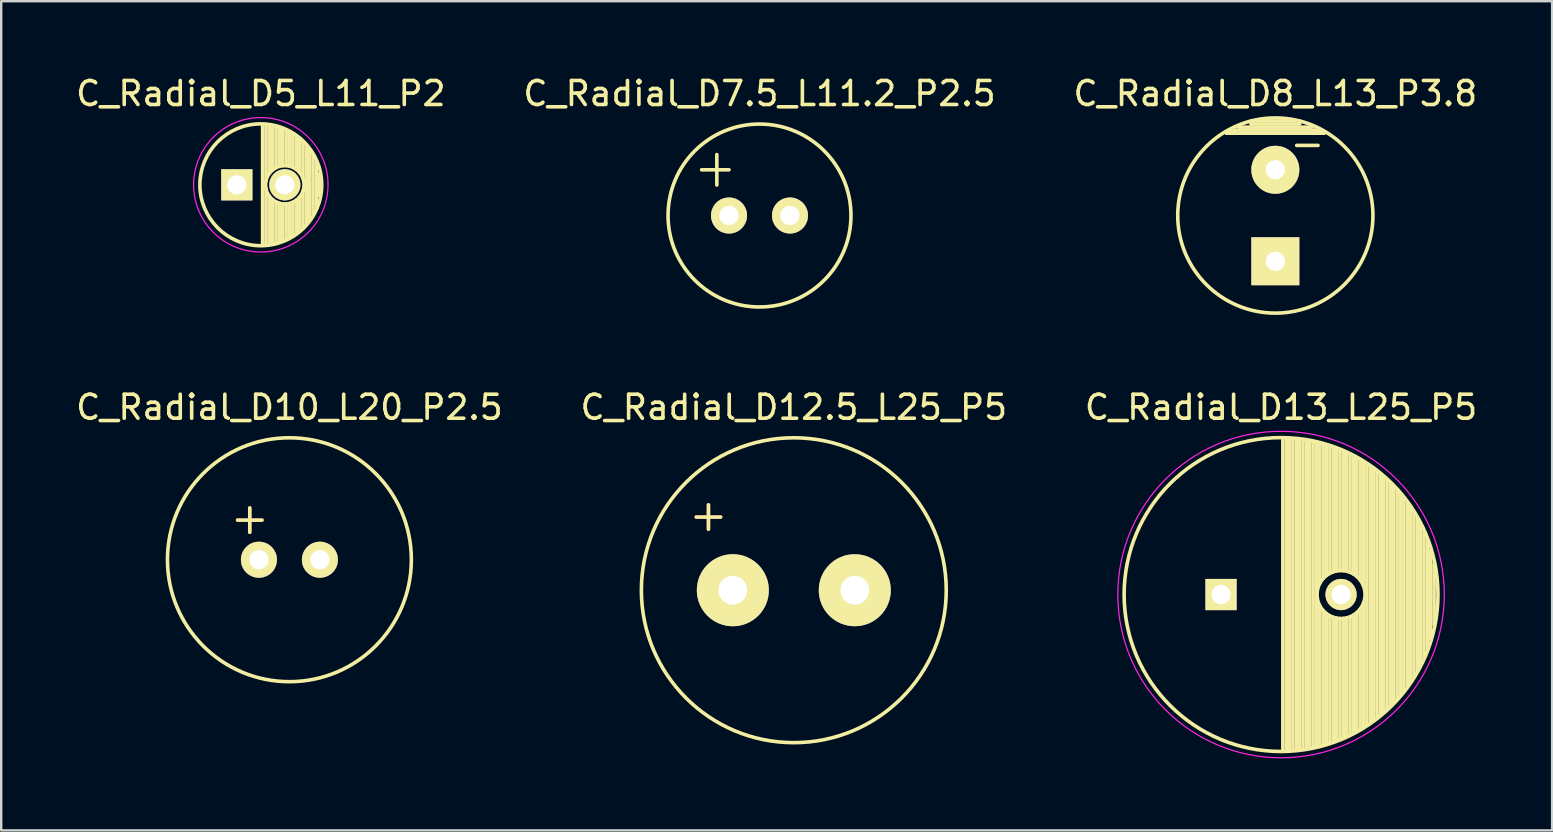
<source format=kicad_pcb>
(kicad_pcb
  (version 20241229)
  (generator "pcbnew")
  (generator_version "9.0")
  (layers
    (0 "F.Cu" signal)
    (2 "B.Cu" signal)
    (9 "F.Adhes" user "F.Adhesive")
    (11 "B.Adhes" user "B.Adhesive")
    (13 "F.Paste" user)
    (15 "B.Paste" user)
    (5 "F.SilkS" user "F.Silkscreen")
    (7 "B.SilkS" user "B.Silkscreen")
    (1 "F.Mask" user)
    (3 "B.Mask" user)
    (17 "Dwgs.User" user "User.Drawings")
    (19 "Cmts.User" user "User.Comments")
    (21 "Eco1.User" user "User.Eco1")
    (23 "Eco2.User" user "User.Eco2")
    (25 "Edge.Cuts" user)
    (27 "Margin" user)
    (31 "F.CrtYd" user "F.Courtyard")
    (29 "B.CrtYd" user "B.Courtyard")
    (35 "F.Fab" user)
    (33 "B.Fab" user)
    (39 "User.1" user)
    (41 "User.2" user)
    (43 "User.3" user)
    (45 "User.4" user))
  (footprint "C_Radial_D8_L13_P3.8"
    (layer "F.Cu")
    (at 50.077 5.928)
    (property "Reference" "C_Radial_D8_L13_P3.8" (at 0 -5.08 0) (layer "F.SilkS") (effects (font (size 1 1) (thickness 0.15))))
    (attr through_hole)
    (fp_line (start -2.032 -3.429) (end -1.651 -3.556) (stroke (width 0.15) (type solid)) (layer "F.SilkS"))
    (fp_line (start -1.651 -3.556) (end 1.651 -3.556) (stroke (width 0.15) (type solid)) (layer "F.SilkS"))
    (fp_line (start -1.524 -3.683) (end 1.524 -3.683) (stroke (width 0.15) (type solid)) (layer "F.SilkS"))
    (fp_line (start -1.016 -3.81) (end 1.016 -3.81) (stroke (width 0.15) (type solid)) (layer "F.SilkS"))
    (fp_line (start 0.889 -2.921) (end 1.778 -2.921) (stroke (width 0.15) (type solid)) (layer "F.SilkS"))
    (fp_line (start 1.016 -3.937) (end -1.016 -3.937) (stroke (width 0.15) (type solid)) (layer "F.SilkS"))
    (fp_line (start 1.651 -3.556) (end 2.032 -3.429) (stroke (width 0.15) (type solid)) (layer "F.SilkS"))
    (fp_line (start 2.032 -3.429) (end -2.032 -3.429) (stroke (width 0.15) (type solid)) (layer "F.SilkS"))
    (fp_circle (center 0 0) (end -4.064 0.127) (stroke (width 0.15) (type solid)) (fill no) (layer "F.SilkS"))
    (pad "1" thru_hole rect (at 0 1.905) (size 1.999 1.999) (drill 0.8) (layers "*.Cu" "*.Mask" "F.SilkS"))
    (pad "2" thru_hole circle (at 0 -1.905) (size 1.999 1.999) (drill 0.8) (layers "*.Cu" "*.Mask" "F.SilkS")))
  (footprint "C_Radial_D10_L20_P2.5"
    (layer "F.Cu")
    (at 7.736 20.267)
    (property "Reference" "C_Radial_D10_L20_P2.5" (at 1.27 -6.35 0) (layer "F.SilkS") (effects (font (size 1 1) (thickness 0.15))))
    (attr through_hole)
    (fp_line (start -0.889 -1.651) (end 0.127 -1.651) (stroke (width 0.15) (type solid)) (layer "F.Cu"))
    (fp_line (start -0.381 -2.159) (end -0.381 -1.143) (stroke (width 0.15) (type solid)) (layer "F.Cu"))
    (fp_line (start -0.889 -1.651) (end 0.127 -1.651) (stroke (width 0.15) (type solid)) (layer "F.SilkS"))
    (fp_line (start -0.381 -2.159) (end -0.381 -1.143) (stroke (width 0.15) (type solid)) (layer "F.SilkS"))
    (fp_circle (center 1.27 0) (end 6.35 0) (stroke (width 0.15) (type solid)) (fill no) (layer "F.SilkS"))
    (pad "1" thru_hole circle (at 0 0) (size 1.501 1.501) (drill 0.8) (layers "*.Cu" "*.Mask" "F.SilkS"))
    (pad "2" thru_hole circle (at 2.54 0) (size 1.501 1.501) (drill 0.8) (layers "*.Cu" "*.Mask" "F.SilkS")))
  (footprint "C_Radial_D13_L25_P5"
    (layer "F.Cu")
    (at 47.815 21.717)
    (property "Reference" "C_Radial_D13_L25_P5" (at 2.5 -7.8 0) (layer "F.SilkS") (effects (font (size 1 1) (thickness 0.15))))
    (attr through_hole)
    (fp_line (start 2.575 -6.5) (end 2.575 6.5) (stroke (width 0.15) (type solid)) (layer "F.SilkS"))
    (fp_line (start 2.715 -6.496) (end 2.715 6.496) (stroke (width 0.15) (type solid)) (layer "F.SilkS"))
    (fp_line (start 2.855 -6.49) (end 2.855 6.49) (stroke (width 0.15) (type solid)) (layer "F.SilkS"))
    (fp_line (start 2.995 -6.481) (end 2.995 6.481) (stroke (width 0.15) (type solid)) (layer "F.SilkS"))
    (fp_line (start 3.135 -6.469) (end 3.135 6.469) (stroke (width 0.15) (type solid)) (layer "F.SilkS"))
    (fp_line (start 3.275 -6.454) (end 3.275 6.454) (stroke (width 0.15) (type solid)) (layer "F.SilkS"))
    (fp_line (start 3.415 -6.435) (end 3.415 6.435) (stroke (width 0.15) (type solid)) (layer "F.SilkS"))
    (fp_line (start 3.555 -6.414) (end 3.555 6.414) (stroke (width 0.15) (type solid)) (layer "F.SilkS"))
    (fp_line (start 3.695 -6.389) (end 3.695 6.389) (stroke (width 0.15) (type solid)) (layer "F.SilkS"))
    (fp_line (start 3.835 -6.361) (end 3.835 6.361) (stroke (width 0.15) (type solid)) (layer "F.SilkS"))
    (fp_line (start 3.975 -6.33) (end 3.975 6.33) (stroke (width 0.15) (type solid)) (layer "F.SilkS"))
    (fp_line (start 4.115 -6.296) (end 4.115 -0.466) (stroke (width 0.15) (type solid)) (layer "F.SilkS"))
    (fp_line (start 4.115 0.466) (end 4.115 6.296) (stroke (width 0.15) (type solid)) (layer "F.SilkS"))
    (fp_line (start 4.255 -6.259) (end 4.255 -0.667) (stroke (width 0.15) (type solid)) (layer "F.SilkS"))
    (fp_line (start 4.255 0.667) (end 4.255 6.259) (stroke (width 0.15) (type solid)) (layer "F.SilkS"))
    (fp_line (start 4.395 -6.218) (end 4.395 -0.796) (stroke (width 0.15) (type solid)) (layer "F.SilkS"))
    (fp_line (start 4.395 0.796) (end 4.395 6.218) (stroke (width 0.15) (type solid)) (layer "F.SilkS"))
    (fp_line (start 4.535 -6.173) (end 4.535 -0.885) (stroke (width 0.15) (type solid)) (layer "F.SilkS"))
    (fp_line (start 4.535 0.885) (end 4.535 6.173) (stroke (width 0.15) (type solid)) (layer "F.SilkS"))
    (fp_line (start 4.675 -6.125) (end 4.675 -0.946) (stroke (width 0.15) (type solid)) (layer "F.SilkS"))
    (fp_line (start 4.675 0.946) (end 4.675 6.125) (stroke (width 0.15) (type solid)) (layer "F.SilkS"))
    (fp_line (start 4.815 -6.074) (end 4.815 -0.983) (stroke (width 0.15) (type solid)) (layer "F.SilkS"))
    (fp_line (start 4.815 0.983) (end 4.815 6.074) (stroke (width 0.15) (type solid)) (layer "F.SilkS"))
    (fp_line (start 4.955 -6.019) (end 4.955 -0.999) (stroke (width 0.15) (type solid)) (layer "F.SilkS"))
    (fp_line (start 4.955 0.999) (end 4.955 6.019) (stroke (width 0.15) (type solid)) (layer "F.SilkS"))
    (fp_line (start 5.095 -5.96) (end 5.095 -0.995) (stroke (width 0.15) (type solid)) (layer "F.SilkS"))
    (fp_line (start 5.095 0.995) (end 5.095 5.96) (stroke (width 0.15) (type solid)) (layer "F.SilkS"))
    (fp_line (start 5.235 -5.897) (end 5.235 -0.972) (stroke (width 0.15) (type solid)) (layer "F.SilkS"))
    (fp_line (start 5.235 0.972) (end 5.235 5.897) (stroke (width 0.15) (type solid)) (layer "F.SilkS"))
    (fp_line (start 5.375 -5.83) (end 5.375 -0.927) (stroke (width 0.15) (type solid)) (layer "F.SilkS"))
    (fp_line (start 5.375 0.927) (end 5.375 5.83) (stroke (width 0.15) (type solid)) (layer "F.SilkS"))
    (fp_line (start 5.515 -5.758) (end 5.515 -0.857) (stroke (width 0.15) (type solid)) (layer "F.SilkS"))
    (fp_line (start 5.515 0.857) (end 5.515 5.758) (stroke (width 0.15) (type solid)) (layer "F.SilkS"))
    (fp_line (start 5.655 -5.683) (end 5.655 -0.756) (stroke (width 0.15) (type solid)) (layer "F.SilkS"))
    (fp_line (start 5.655 0.756) (end 5.655 5.683) (stroke (width 0.15) (type solid)) (layer "F.SilkS"))
    (fp_line (start 5.795 -5.603) (end 5.795 -0.607) (stroke (width 0.15) (type solid)) (layer "F.SilkS"))
    (fp_line (start 5.795 0.607) (end 5.795 5.603) (stroke (width 0.15) (type solid)) (layer "F.SilkS"))
    (fp_line (start 5.935 -5.518) (end 5.935 -0.355) (stroke (width 0.15) (type solid)) (layer "F.SilkS"))
    (fp_line (start 5.935 0.355) (end 5.935 5.518) (stroke (width 0.15) (type solid)) (layer "F.SilkS"))
    (fp_line (start 6.075 -5.429) (end 6.075 5.429) (stroke (width 0.15) (type solid)) (layer "F.SilkS"))
    (fp_line (start 6.215 -5.334) (end 6.215 5.334) (stroke (width 0.15) (type solid)) (layer "F.SilkS"))
    (fp_line (start 6.355 -5.233) (end 6.355 5.233) (stroke (width 0.15) (type solid)) (layer "F.SilkS"))
    (fp_line (start 6.495 -5.127) (end 6.495 5.127) (stroke (width 0.15) (type solid)) (layer "F.SilkS"))
    (fp_line (start 6.635 -5.015) (end 6.635 5.015) (stroke (width 0.15) (type solid)) (layer "F.SilkS"))
    (fp_line (start 6.775 -4.896) (end 6.775 4.896) (stroke (width 0.15) (type solid)) (layer "F.SilkS"))
    (fp_line (start 6.915 -4.771) (end 6.915 4.771) (stroke (width 0.15) (type solid)) (layer "F.SilkS"))
    (fp_line (start 7.055 -4.637) (end 7.055 4.637) (stroke (width 0.15) (type solid)) (layer "F.SilkS"))
    (fp_line (start 7.195 -4.495) (end 7.195 4.495) (stroke (width 0.15) (type solid)) (layer "F.SilkS"))
    (fp_line (start 7.335 -4.344) (end 7.335 4.344) (stroke (width 0.15) (type solid)) (layer "F.SilkS"))
    (fp_line (start 7.475 -4.183) (end 7.475 4.183) (stroke (width 0.15) (type solid)) (layer "F.SilkS"))
    (fp_line (start 7.615 -4.011) (end 7.615 4.011) (stroke (width 0.15) (type solid)) (layer "F.SilkS"))
    (fp_line (start 7.755 -3.826) (end 7.755 3.826) (stroke (width 0.15) (type solid)) (layer "F.SilkS"))
    (fp_line (start 7.895 -3.625) (end 7.895 3.625) (stroke (width 0.15) (type solid)) (layer "F.SilkS"))
    (fp_line (start 8.035 -3.408) (end 8.035 3.408) (stroke (width 0.15) (type solid)) (layer "F.SilkS"))
    (fp_line (start 8.175 -3.169) (end 8.175 3.169) (stroke (width 0.15) (type solid)) (layer "F.SilkS"))
    (fp_line (start 8.315 -2.904) (end 8.315 2.904) (stroke (width 0.15) (type solid)) (layer "F.SilkS"))
    (fp_line (start 8.455 -2.605) (end 8.455 2.605) (stroke (width 0.15) (type solid)) (layer "F.SilkS"))
    (fp_line (start 8.595 -2.259) (end 8.595 2.259) (stroke (width 0.15) (type solid)) (layer "F.SilkS"))
    (fp_line (start 8.735 -1.837) (end 8.735 1.837) (stroke (width 0.15) (type solid)) (layer "F.SilkS"))
    (fp_line (start 8.875 -1.269) (end 8.875 1.269) (stroke (width 0.15) (type solid)) (layer "F.SilkS"))
    (fp_circle (center 2.5 0) (end 2.5 -6.537) (stroke (width 0.15) (type solid)) (fill no) (layer "F.SilkS"))
    (fp_circle (center 5 0) (end 5 -1) (stroke (width 0.15) (type solid)) (fill no) (layer "F.SilkS"))
    (fp_circle (center 2.5 0) (end 2.5 -6.8) (stroke (width 0.05) (type solid)) (fill no) (layer "F.CrtYd"))
    (pad "1" thru_hole rect (at 0 0) (size 1.3 1.3) (drill 0.8) (layers "*.Cu" "*.Mask" "F.SilkS"))
    (pad "2" thru_hole circle (at 5 0) (size 1.3 1.3) (drill 0.8) (layers "*.Cu" "*.Mask" "F.SilkS")))
  (footprint "C_Radial_D12.5_L25_P5"
    (layer "F.Cu")
    (at 27.478 21.537)
    (property "Reference" "C_Radial_D12.5_L25_P5" (at 2.54 -7.62 0) (layer "F.SilkS") (effects (font (size 1 1) (thickness 0.15))))
    (attr through_hole)
    (fp_line (start -1.524 -3.048) (end -0.508 -3.048) (stroke (width 0.15) (type solid)) (layer "F.Cu"))
    (fp_line (start -1.016 -3.556) (end -1.016 -2.54) (stroke (width 0.15) (type solid)) (layer "F.Cu"))
    (fp_line (start -1.524 -3.048) (end -0.508 -3.048) (stroke (width 0.15) (type solid)) (layer "F.SilkS"))
    (fp_line (start -1.016 -3.556) (end -1.016 -2.54) (stroke (width 0.15) (type solid)) (layer "F.SilkS"))
    (fp_circle (center 2.54 0) (end 8.89 0) (stroke (width 0.15) (type solid)) (fill no) (layer "F.SilkS"))
    (pad "1" thru_hole circle (at 0 0) (size 3 3) (drill 1.199) (layers "*.Cu" "*.Mask" "F.SilkS"))
    (pad "2" thru_hole circle (at 5.08 0) (size 3 3) (drill 1.199) (layers "*.Cu" "*.Mask" "F.SilkS")))
  (footprint "C_Radial_D7.5_L11.2_P2.5"
    (layer "F.Cu")
    (at 27.319 5.928)
    (property "Reference" "C_Radial_D7.5_L11.2_P2.5" (at 1.27 -5.08 0) (layer "F.SilkS") (effects (font (size 1 1) (thickness 0.15))))
    (attr through_hole)
    (fp_line (start -1.143 -1.905) (end 0 -1.905) (stroke (width 0.15) (type solid)) (layer "F.SilkS"))
    (fp_line (start -0.508 -2.54) (end -0.508 -1.27) (stroke (width 0.15) (type solid)) (layer "F.SilkS"))
    (fp_circle (center 1.27 0) (end 5.08 0) (stroke (width 0.15) (type solid)) (fill no) (layer "F.SilkS"))
    (pad "1" thru_hole circle (at 0 0) (size 1.501 1.501) (drill 0.8) (layers "*.Cu" "*.Mask" "F.SilkS"))
    (pad "2" thru_hole circle (at 2.54 0) (size 1.501 1.501) (drill 0.8) (layers "*.Cu" "*.Mask" "F.SilkS")))
  (footprint "C_Radial_D5_L11_P2"
    (layer "F.Cu")
    (at 6.815 4.648)
    (property "Reference" "C_Radial_D5_L11_P2" (at 1 -3.8 0) (layer "F.SilkS") (effects (font (size 1 1) (thickness 0.15))))
    (attr through_hole)
    (fp_line (start 1.075 -2.499) (end 1.075 2.499) (stroke (width 0.15) (type solid)) (layer "F.SilkS"))
    (fp_line (start 1.215 -2.491) (end 1.215 -0.154) (stroke (width 0.15) (type solid)) (layer "F.SilkS"))
    (fp_line (start 1.215 0.154) (end 1.215 2.491) (stroke (width 0.15) (type solid)) (layer "F.SilkS"))
    (fp_line (start 1.355 -2.475) (end 1.355 -0.473) (stroke (width 0.15) (type solid)) (layer "F.SilkS"))
    (fp_line (start 1.355 0.473) (end 1.355 2.475) (stroke (width 0.15) (type solid)) (layer "F.SilkS"))
    (fp_line (start 1.495 -2.451) (end 1.495 -0.62) (stroke (width 0.15) (type solid)) (layer "F.SilkS"))
    (fp_line (start 1.495 0.62) (end 1.495 2.451) (stroke (width 0.15) (type solid)) (layer "F.SilkS"))
    (fp_line (start 1.635 -2.418) (end 1.635 -0.712) (stroke (width 0.15) (type solid)) (layer "F.SilkS"))
    (fp_line (start 1.635 0.712) (end 1.635 2.418) (stroke (width 0.15) (type solid)) (layer "F.SilkS"))
    (fp_line (start 1.775 -2.377) (end 1.775 -0.768) (stroke (width 0.15) (type solid)) (layer "F.SilkS"))
    (fp_line (start 1.775 0.768) (end 1.775 2.377) (stroke (width 0.15) (type solid)) (layer "F.SilkS"))
    (fp_line (start 1.915 -2.327) (end 1.915 -0.795) (stroke (width 0.15) (type solid)) (layer "F.SilkS"))
    (fp_line (start 1.915 0.795) (end 1.915 2.327) (stroke (width 0.15) (type solid)) (layer "F.SilkS"))
    (fp_line (start 2.055 -2.266) (end 2.055 -0.798) (stroke (width 0.15) (type solid)) (layer "F.SilkS"))
    (fp_line (start 2.055 0.798) (end 2.055 2.266) (stroke (width 0.15) (type solid)) (layer "F.SilkS"))
    (fp_line (start 2.195 -2.196) (end 2.195 -0.776) (stroke (width 0.15) (type solid)) (layer "F.SilkS"))
    (fp_line (start 2.195 0.776) (end 2.195 2.196) (stroke (width 0.15) (type solid)) (layer "F.SilkS"))
    (fp_line (start 2.335 -2.114) (end 2.335 -0.726) (stroke (width 0.15) (type solid)) (layer "F.SilkS"))
    (fp_line (start 2.335 0.726) (end 2.335 2.114) (stroke (width 0.15) (type solid)) (layer "F.SilkS"))
    (fp_line (start 2.475 -2.019) (end 2.475 -0.644) (stroke (width 0.15) (type solid)) (layer "F.SilkS"))
    (fp_line (start 2.475 0.644) (end 2.475 2.019) (stroke (width 0.15) (type solid)) (layer "F.SilkS"))
    (fp_line (start 2.615 -1.908) (end 2.615 -0.512) (stroke (width 0.15) (type solid)) (layer "F.SilkS"))
    (fp_line (start 2.615 0.512) (end 2.615 1.908) (stroke (width 0.15) (type solid)) (layer "F.SilkS"))
    (fp_line (start 2.755 -1.78) (end 2.755 -0.265) (stroke (width 0.15) (type solid)) (layer "F.SilkS"))
    (fp_line (start 2.755 0.265) (end 2.755 1.78) (stroke (width 0.15) (type solid)) (layer "F.SilkS"))
    (fp_line (start 2.895 -1.631) (end 2.895 1.631) (stroke (width 0.15) (type solid)) (layer "F.SilkS"))
    (fp_line (start 3.035 -1.452) (end 3.035 1.452) (stroke (width 0.15) (type solid)) (layer "F.SilkS"))
    (fp_line (start 3.175 -1.233) (end 3.175 1.233) (stroke (width 0.15) (type solid)) (layer "F.SilkS"))
    (fp_line (start 3.315 -0.944) (end 3.315 0.944) (stroke (width 0.15) (type solid)) (layer "F.SilkS"))
    (fp_line (start 3.455 -0.472) (end 3.455 0.472) (stroke (width 0.15) (type solid)) (layer "F.SilkS"))
    (fp_circle (center 1 0) (end 1 -2.538) (stroke (width 0.15) (type solid)) (fill no) (layer "F.SilkS"))
    (fp_circle (center 2 0) (end 2 -0.8) (stroke (width 0.15) (type solid)) (fill no) (layer "F.SilkS"))
    (fp_circle (center 1 0) (end 1 -2.8) (stroke (width 0.05) (type solid)) (fill no) (layer "F.CrtYd"))
    (pad "1" thru_hole rect (at 0 0) (size 1.3 1.3) (drill 0.8) (layers "*.Cu" "*.Mask" "F.SilkS"))
    (pad "2" thru_hole circle (at 2 0) (size 1.3 1.3) (drill 0.8) (layers "*.Cu" "*.Mask" "F.SilkS")))
  (gr_rect
    (start -3 -3)
    (end 61.607 31.542)
    (stroke (width 0.1) (type default))
    (fill no)
    (layer "Edge.Cuts")))
</source>
